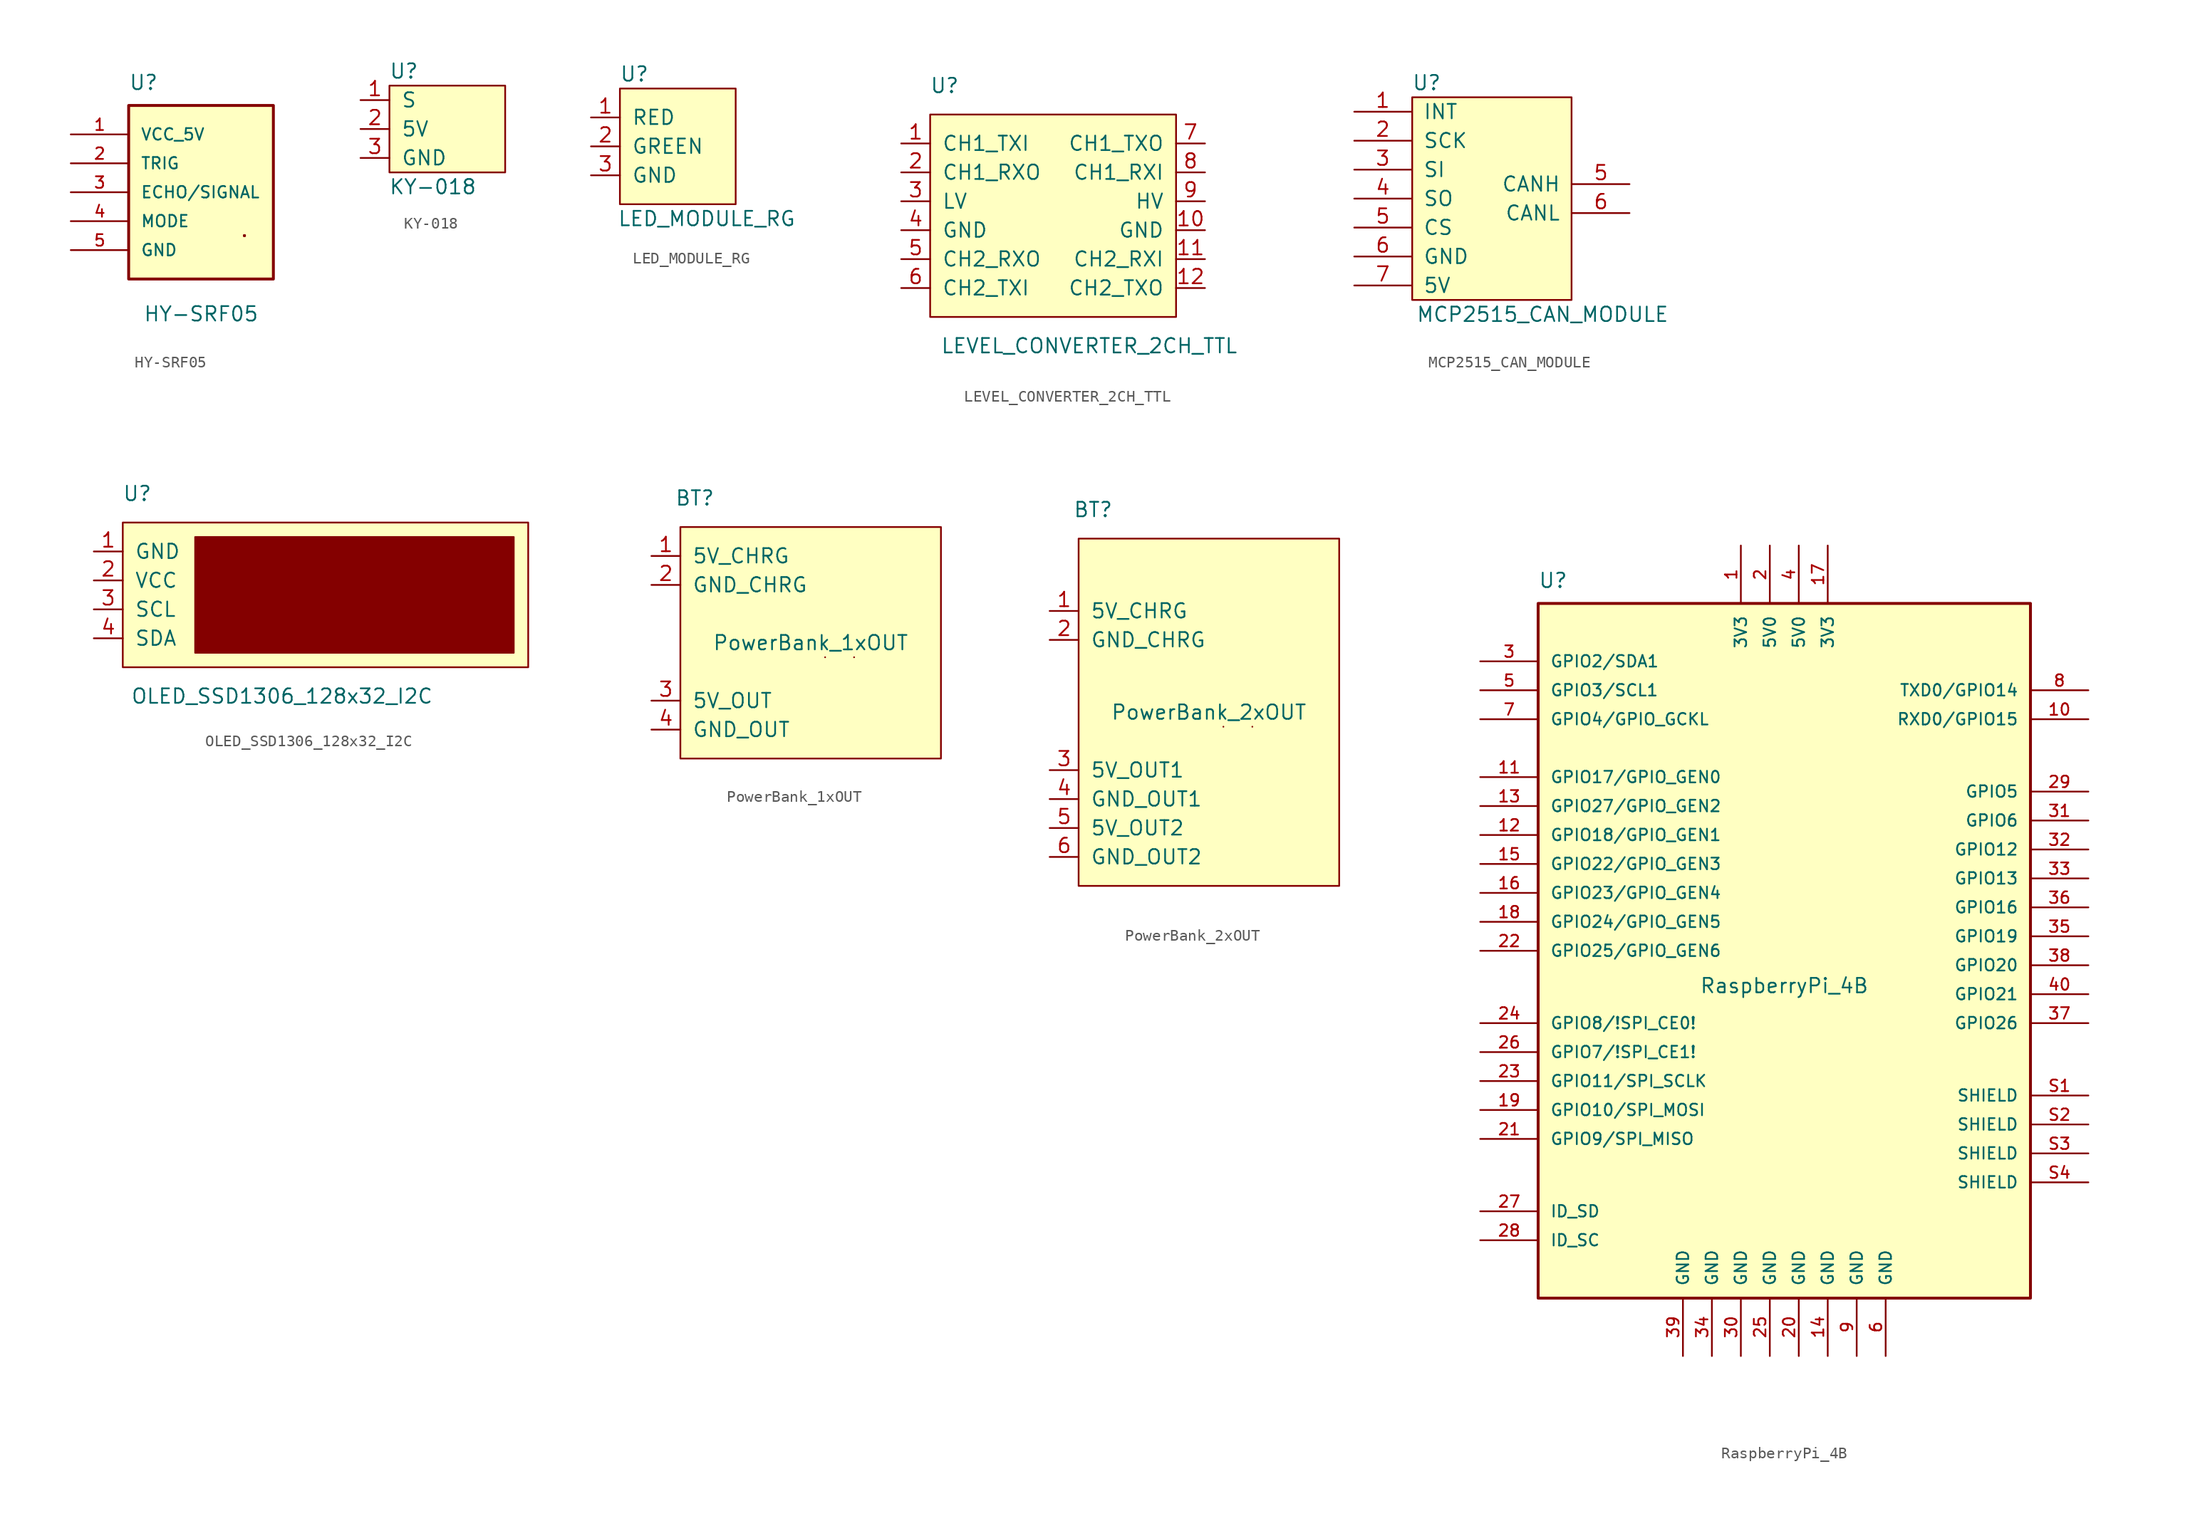
<source format=kicad_sym>
(kicad_symbol_lib
  (version 20211014)
  (generator kicad_symbol_editor)
  (symbol "HY-SRF05"
    (pin_names
      (offset 1.016))
    (property "Reference" "U"
      (at -6.35 8.89 0)
      (effects (font (size 1.27 1.27)) (justify left bottom)))
    (property "Value" "HY-SRF05"
      (at -5.08 -11.43 0)
      (effects (font (size 1.27 1.27)) (justify left bottom)))
    (symbol "HY-SRF05_0_0"
      (rectangle (start -6.35 7.62) (end 6.35 -7.62) (stroke (width 0.254) (type default) (color 0 0 0 0)) (fill (type background)))
      (rectangle (start 3.81 -3.81) (end 3.81 -3.81) (stroke (width 0.254) (type default) (color 0 0 0 0)) (fill (type none)))
      (rectangle (start 3.81 -3.81) (end 3.81 -3.81) (stroke (width 0.254) (type default) (color 0 0 0 0)) (fill (type none)))
      (rectangle (start 3.81 -3.81) (end 3.81 -3.81) (stroke (width 0.254) (type default) (color 0 0 0 0)) (fill (type none)))
      (pin power_in line (at -11.43 5.08 0) (length 5.08) (name "VCC_5V" (effects (font (size 1.016 1.016)))) (number "1" (effects (font (size 1.016 1.016)))))
      (pin input line (at -11.43 2.54 0) (length 5.08) (name "TRIG" (effects (font (size 1.016 1.016)))) (number "2" (effects (font (size 1.016 1.016)))))
      (pin output line (at -11.43 0 0) (length 5.08) (name "ECHO/SIGNAL" (effects (font (size 1.016 1.016)))) (number "3" (effects (font (size 1.016 1.016)))))
      (pin input line (at -11.43 -2.54 0) (length 5.08) (name "MODE" (effects (font (size 1.016 1.016)))) (number "4" (effects (font (size 1.016 1.016))))))
    (symbol "HY-SRF05_1_1"
      (pin power_in line (at -11.43 -5.08 0) (length 5.08) (name "GND" (effects (font (size 1.016 1.016)))) (number "5" (effects (font (size 1.016 1.016)))))))
  (symbol "KY-018"
    (pin_names
      (offset 1.016))
    (property "Reference" "U"
      (at -3.81 5.08 0)
      (effects (font (size 1.27 1.27))))
    (property "Value" "KY-018"
      (at -1.27 -5.08 0)
      (effects (font (size 1.27 1.27))))
    (symbol "KY-018_0_1"
      (rectangle (start -5.08 3.81) (end 5.08 -3.81) (stroke (width 0) (type default) (color 0 0 0 0)) (fill (type background))))
    (symbol "KY-018_1_1"
      (pin output line (at -7.62 2.54 0) (length 2.54) (name "S" (effects (font (size 1.27 1.27)))) (number "1" (effects (font (size 1.27 1.27)))))
      (pin power_in line (at -7.62 0 0) (length 2.54) (name "5V" (effects (font (size 1.27 1.27)))) (number "2" (effects (font (size 1.27 1.27)))))
      (pin passive line (at -7.62 -2.54 0) (length 2.54) (name "GND" (effects (font (size 1.27 1.27)))) (number "3" (effects (font (size 1.27 1.27)))))))
  (symbol "LED_MODULE_RG"
    (pin_names
      (offset 1.016))
    (property "Reference" "U"
      (at -3.81 6.35 0)
      (effects (font (size 1.27 1.27))))
    (property "Value" "LED_MODULE_RG"
      (at 2.54 -6.35 0)
      (effects (font (size 1.27 1.27))))
    (symbol "LED_MODULE_RG_0_1"
      (rectangle (start -5.08 5.08) (end 5.08 -5.08) (stroke (width 0) (type default) (color 0 0 0 0)) (fill (type background))))
    (symbol "LED_MODULE_RG_1_1"
      (pin input line (at -7.62 2.54 0) (length 2.54) (name "RED" (effects (font (size 1.27 1.27)))) (number "1" (effects (font (size 1.27 1.27)))))
      (pin input line (at -7.62 0 0) (length 2.54) (name "GREEN" (effects (font (size 1.27 1.27)))) (number "2" (effects (font (size 1.27 1.27)))))
      (pin passive line (at -7.62 -2.54 0) (length 2.54) (name "GND" (effects (font (size 1.27 1.27)))) (number "3" (effects (font (size 1.27 1.27)))))))
  (symbol "LEVEL_CONVERTER_2CH_TTL"
    (pin_names
      (offset 1.016))
    (property "Reference" "U"
      (at -8.89 8.89 0)
      (effects (font (size 1.27 1.27))))
    (property "Value" "LEVEL_CONVERTER_2CH_TTL"
      (at 3.81 -13.97 0)
      (effects (font (size 1.27 1.27))))
    (symbol "LEVEL_CONVERTER_2CH_TTL_0_1"
      (rectangle (start -10.16 6.35) (end 11.43 -11.43) (stroke (width 0) (type default) (color 0 0 0 0)) (fill (type background))))
    (symbol "LEVEL_CONVERTER_2CH_TTL_1_1"
      (pin input line (at -12.7 3.81 0) (length 2.54) (name "CH1_TXI" (effects (font (size 1.27 1.27)))) (number "1" (effects (font (size 1.27 1.27)))))
      (pin passive line (at 13.97 -3.81 180) (length 2.54) (name "GND" (effects (font (size 1.27 1.27)))) (number "10" (effects (font (size 1.27 1.27)))))
      (pin input line (at 13.97 -6.35 180) (length 2.54) (name "CH2_RXI" (effects (font (size 1.27 1.27)))) (number "11" (effects (font (size 1.27 1.27)))))
      (pin output line (at 13.97 -8.89 180) (length 2.54) (name "CH2_TXO" (effects (font (size 1.27 1.27)))) (number "12" (effects (font (size 1.27 1.27)))))
      (pin output line (at -12.7 1.27 0) (length 2.54) (name "CH1_RXO" (effects (font (size 1.27 1.27)))) (number "2" (effects (font (size 1.27 1.27)))))
      (pin power_in line (at -12.7 -1.27 0) (length 2.54) (name "LV" (effects (font (size 1.27 1.27)))) (number "3" (effects (font (size 1.27 1.27)))))
      (pin passive line (at -12.7 -3.81 0) (length 2.54) (name "GND" (effects (font (size 1.27 1.27)))) (number "4" (effects (font (size 1.27 1.27)))))
      (pin output line (at -12.7 -6.35 0) (length 2.54) (name "CH2_RXO" (effects (font (size 1.27 1.27)))) (number "5" (effects (font (size 1.27 1.27)))))
      (pin input line (at -12.7 -8.89 0) (length 2.54) (name "CH2_TXI" (effects (font (size 1.27 1.27)))) (number "6" (effects (font (size 1.27 1.27)))))
      (pin output line (at 13.97 3.81 180) (length 2.54) (name "CH1_TXO" (effects (font (size 1.27 1.27)))) (number "7" (effects (font (size 1.27 1.27)))))
      (pin input line (at 13.97 1.27 180) (length 2.54) (name "CH1_RXI" (effects (font (size 1.27 1.27)))) (number "8" (effects (font (size 1.27 1.27)))))
      (pin power_in line (at 13.97 -1.27 180) (length 2.54) (name "HV" (effects (font (size 1.27 1.27)))) (number "9" (effects (font (size 1.27 1.27)))))))
  (symbol "MCP2515_CAN_MODULE"
    (pin_names
      (offset 1.016))
    (property "Reference" "U"
      (at -5.08 10.16 0)
      (effects (font (size 1.27 1.27))))
    (property "Value" "MCP2515_CAN_MODULE"
      (at 5.08 -10.16 0)
      (effects (font (size 1.27 1.27))))
    (symbol "MCP2515_CAN_MODULE_0_1"
      (rectangle (start -6.35 8.89) (end 7.62 -8.89) (stroke (width 0) (type default) (color 0 0 0 0)) (fill (type background))))
    (symbol "MCP2515_CAN_MODULE_1_1"
      (pin output line (at -11.43 7.62 0) (length 5.004) (name "INT" (effects (font (size 1.27 1.27)))) (number "1" (effects (font (size 1.27 1.27)))))
      (pin input line (at -11.43 5.08 0) (length 5.004) (name "SCK" (effects (font (size 1.27 1.27)))) (number "2" (effects (font (size 1.27 1.27)))))
      (pin input line (at -11.43 2.54 0) (length 5.004) (name "SI" (effects (font (size 1.27 1.27)))) (number "3" (effects (font (size 1.27 1.27)))))
      (pin output line (at -11.43 0 0) (length 5.004) (name "SO" (effects (font (size 1.27 1.27)))) (number "4" (effects (font (size 1.27 1.27)))))
      (pin bidirectional line (at 12.7 1.27 180) (length 5.004) (name "CANH" (effects (font (size 1.27 1.27)))) (number "5" (effects (font (size 1.27 1.27)))))
      (pin bidirectional line (at -11.43 -2.54 0) (length 5.004) (name "CS" (effects (font (size 1.27 1.27)))) (number "5" (effects (font (size 1.27 1.27)))))
      (pin bidirectional line (at 12.7 -1.27 180) (length 5.004) (name "CANL" (effects (font (size 1.27 1.27)))) (number "6" (effects (font (size 1.27 1.27)))))
      (pin input line (at -11.43 -5.08 0) (length 5.004) (name "GND" (effects (font (size 1.27 1.27)))) (number "6" (effects (font (size 1.27 1.27)))))
      (pin power_in line (at -11.43 -7.62 0) (length 5.004) (name "5V" (effects (font (size 1.27 1.27)))) (number "7" (effects (font (size 1.27 1.27)))))))
  (symbol "OLED_SSD1306_128x32_I2C"
    (pin_names
      (offset 1.016))
    (property "Reference" "U"
      (at -16.51 8.89 0)
      (effects (font (size 1.27 1.27))))
    (property "Value" "OLED_SSD1306_128x32_I2C"
      (at -3.81 -8.89 0)
      (effects (font (size 1.27 1.27))))
    (symbol "OLED_SSD1306_128x32_I2C_0_1"
      (rectangle (start -17.78 6.35) (end 17.78 -6.35) (stroke (width 0) (type default) (color 0 0 0 0)) (fill (type background)))
      (rectangle (start -11.43 5.08) (end 16.51 -5.08) (stroke (width 0) (type default) (color 0 0 0 0)) (fill (type outline))))
    (symbol "OLED_SSD1306_128x32_I2C_1_1"
      (pin passive line (at -20.32 3.81 0) (length 2.54) (name "GND" (effects (font (size 1.27 1.27)))) (number "1" (effects (font (size 1.27 1.27)))))
      (pin power_in line (at -20.32 1.27 0) (length 2.54) (name "VCC" (effects (font (size 1.27 1.27)))) (number "2" (effects (font (size 1.27 1.27)))))
      (pin bidirectional line (at -20.32 -1.27 0) (length 2.54) (name "SCL" (effects (font (size 1.27 1.27)))) (number "3" (effects (font (size 1.27 1.27)))))
      (pin bidirectional line (at -20.32 -3.81 0) (length 2.54) (name "SDA" (effects (font (size 1.27 1.27)))) (number "4" (effects (font (size 1.27 1.27)))))))
  (symbol "PowerBank_1xOUT"
    (pin_names
      (offset 1.016))
    (property "Reference" "BT"
      (at -10.16 12.7 0)
      (effects (font (size 1.27 1.27))))
    (property "Value" "PowerBank_1xOUT"
      (at 0 0 0)
      (effects (font (size 1.27 1.27))))
    (symbol "PowerBank_1xOUT_0_1"
      (rectangle (start -11.43 10.16) (end 11.43 -10.16) (stroke (width 0) (type default) (color 0 0 0 0)) (fill (type background)))
      (rectangle (start 1.27 -1.27) (end 1.27 -1.27) (stroke (width 0) (type default) (color 0 0 0 0)) (fill (type none)))
      (rectangle (start 3.81 -1.27) (end 3.81 -1.27) (stroke (width 0) (type default) (color 0 0 0 0)) (fill (type none))))
    (symbol "PowerBank_1xOUT_1_1"
      (pin power_in line (at -13.97 7.62 0) (length 2.54) (name "5V_CHRG" (effects (font (size 1.27 1.27)))) (number "1" (effects (font (size 1.27 1.27)))))
      (pin passive line (at -13.97 5.08 0) (length 2.54) (name "GND_CHRG" (effects (font (size 1.27 1.27)))) (number "2" (effects (font (size 1.27 1.27)))))
      (pin power_out line (at -13.97 -5.08 0) (length 2.54) (name "5V_OUT" (effects (font (size 1.27 1.27)))) (number "3" (effects (font (size 1.27 1.27)))))
      (pin passive line (at -13.97 -7.62 0) (length 2.54) (name "GND_OUT" (effects (font (size 1.27 1.27)))) (number "4" (effects (font (size 1.27 1.27)))))))
  (symbol "PowerBank_2xOUT"
    (pin_names
      (offset 1.016))
    (property "Reference" "BT"
      (at -10.16 17.78 0)
      (effects (font (size 1.27 1.27))))
    (property "Value" "PowerBank_2xOUT"
      (at 0 0 0)
      (effects (font (size 1.27 1.27))))
    (symbol "PowerBank_2xOUT_0_1"
      (rectangle (start -11.43 15.24) (end 11.43 -15.24) (stroke (width 0) (type default) (color 0 0 0 0)) (fill (type background)))
      (rectangle (start 1.27 -1.27) (end 1.27 -1.27) (stroke (width 0) (type default) (color 0 0 0 0)) (fill (type none)))
      (rectangle (start 3.81 -1.27) (end 3.81 -1.27) (stroke (width 0) (type default) (color 0 0 0 0)) (fill (type none))))
    (symbol "PowerBank_2xOUT_1_1"
      (pin power_in line (at -13.97 8.89 0) (length 2.54) (name "5V_CHRG" (effects (font (size 1.27 1.27)))) (number "1" (effects (font (size 1.27 1.27)))))
      (pin passive line (at -13.97 6.35 0) (length 2.54) (name "GND_CHRG" (effects (font (size 1.27 1.27)))) (number "2" (effects (font (size 1.27 1.27)))))
      (pin power_out line (at -13.97 -5.08 0) (length 2.54) (name "5V_OUT1" (effects (font (size 1.27 1.27)))) (number "3" (effects (font (size 1.27 1.27)))))
      (pin passive line (at -13.97 -7.62 0) (length 2.54) (name "GND_OUT1" (effects (font (size 1.27 1.27)))) (number "4" (effects (font (size 1.27 1.27)))))
      (pin power_out line (at -13.97 -10.16 0) (length 2.54) (name "5V_OUT2" (effects (font (size 1.27 1.27)))) (number "5" (effects (font (size 1.27 1.27)))))
      (pin passive line (at -13.97 -12.7 0) (length 2.54) (name "GND_OUT2" (effects (font (size 1.27 1.27)))) (number "6" (effects (font (size 1.27 1.27)))))))
  (symbol "RaspberryPi_4B"
    (pin_names
      (offset 1.016))
    (property "Reference" "U"
      (at -21.59 31.75 0)
      (effects (font (size 1.27 1.27)) (justify left bottom)))
    (property "Value" "RaspberryPi_4B"
      (at 0 -3.81 0)
      (effects (font (size 1.27 1.27)) (justify bottom)))
    (property "ki_locked" ""
      (at 0 0 0)
      (effects (font (size 1.27 1.27))))
    (symbol "RaspberryPi_4B_0_0"
      (rectangle (start -21.59 30.48) (end 21.59 -30.48) (stroke (width 0.254) (type default) (color 0 0 0 0)) (fill (type background)))
      (rectangle (start 21.59 -25.4) (end 21.59 -25.4) (stroke (width 0.254) (type default) (color 0 0 0 0)) (fill (type none)))
      (rectangle (start 21.59 -25.4) (end 21.59 -25.4) (stroke (width 0.254) (type default) (color 0 0 0 0)) (fill (type none)))
      (pin power_in line (at -3.81 35.56 270) (length 5.08) (name "3V3" (effects (font (size 1.016 1.016)))) (number "1" (effects (font (size 1.016 1.016)))))
      (pin bidirectional line (at 26.67 20.32 180) (length 5.08) (name "RXD0/GPIO15" (effects (font (size 1.016 1.016)))) (number "10" (effects (font (size 1.016 1.016)))))
      (pin bidirectional line (at -26.67 15.24 0) (length 5.08) (name "GPIO17/GPIO_GEN0" (effects (font (size 1.016 1.016)))) (number "11" (effects (font (size 1.016 1.016)))))
      (pin bidirectional line (at -26.67 10.16 0) (length 5.08) (name "GPIO18/GPIO_GEN1" (effects (font (size 1.016 1.016)))) (number "12" (effects (font (size 1.016 1.016)))))
      (pin bidirectional line (at -26.67 12.7 0) (length 5.08) (name "GPIO27/GPIO_GEN2" (effects (font (size 1.016 1.016)))) (number "13" (effects (font (size 1.016 1.016)))))
      (pin power_in line (at 3.81 -35.56 90) (length 5.08) (name "GND" (effects (font (size 1.016 1.016)))) (number "14" (effects (font (size 1.016 1.016)))))
      (pin bidirectional line (at -26.67 7.62 0) (length 5.08) (name "GPIO22/GPIO_GEN3" (effects (font (size 1.016 1.016)))) (number "15" (effects (font (size 1.016 1.016)))))
      (pin bidirectional line (at -26.67 5.08 0) (length 5.08) (name "GPIO23/GPIO_GEN4" (effects (font (size 1.016 1.016)))) (number "16" (effects (font (size 1.016 1.016)))))
      (pin power_in line (at 3.81 35.56 270) (length 5.08) (name "3V3" (effects (font (size 1.016 1.016)))) (number "17" (effects (font (size 1.016 1.016)))))
      (pin bidirectional line (at -26.67 2.54 0) (length 5.08) (name "GPIO24/GPIO_GEN5" (effects (font (size 1.016 1.016)))) (number "18" (effects (font (size 1.016 1.016)))))
      (pin bidirectional line (at -26.67 -13.97 0) (length 5.08) (name "GPIO10/SPI_MOSI" (effects (font (size 1.016 1.016)))) (number "19" (effects (font (size 1.016 1.016)))))
      (pin power_in line (at -1.27 35.56 270) (length 5.08) (name "5V0" (effects (font (size 1.016 1.016)))) (number "2" (effects (font (size 1.016 1.016)))))
      (pin power_in line (at 1.27 -35.56 90) (length 5.08) (name "GND" (effects (font (size 1.016 1.016)))) (number "20" (effects (font (size 1.016 1.016)))))
      (pin bidirectional line (at -26.67 -16.51 0) (length 5.08) (name "GPIO9/SPI_MISO" (effects (font (size 1.016 1.016)))) (number "21" (effects (font (size 1.016 1.016)))))
      (pin bidirectional line (at -26.67 0 0) (length 5.08) (name "GPIO25/GPIO_GEN6" (effects (font (size 1.016 1.016)))) (number "22" (effects (font (size 1.016 1.016)))))
      (pin bidirectional line (at -26.67 -11.43 0) (length 5.08) (name "GPIO11/SPI_SCLK" (effects (font (size 1.016 1.016)))) (number "23" (effects (font (size 1.016 1.016)))))
      (pin bidirectional line (at -26.67 -6.35 0) (length 5.08) (name "GPIO8/!SPI_CE0!" (effects (font (size 1.016 1.016)))) (number "24" (effects (font (size 1.016 1.016)))))
      (pin power_in line (at -1.27 -35.56 90) (length 5.08) (name "GND" (effects (font (size 1.016 1.016)))) (number "25" (effects (font (size 1.016 1.016)))))
      (pin bidirectional line (at -26.67 -8.89 0) (length 5.08) (name "GPIO7/!SPI_CE1!" (effects (font (size 1.016 1.016)))) (number "26" (effects (font (size 1.016 1.016)))))
      (pin bidirectional line (at -26.67 -22.86 0) (length 5.08) (name "ID_SD" (effects (font (size 1.016 1.016)))) (number "27" (effects (font (size 1.016 1.016)))))
      (pin bidirectional line (at -26.67 -25.4 0) (length 5.08) (name "ID_SC" (effects (font (size 1.016 1.016)))) (number "28" (effects (font (size 1.016 1.016)))))
      (pin bidirectional line (at 26.67 13.97 180) (length 5.08) (name "GPIO5" (effects (font (size 1.016 1.016)))) (number "29" (effects (font (size 1.016 1.016)))))
      (pin bidirectional line (at -26.67 25.4 0) (length 5.08) (name "GPIO2/SDA1" (effects (font (size 1.016 1.016)))) (number "3" (effects (font (size 1.016 1.016)))))
      (pin power_in line (at -3.81 -35.56 90) (length 5.08) (name "GND" (effects (font (size 1.016 1.016)))) (number "30" (effects (font (size 1.016 1.016)))))
      (pin bidirectional line (at 26.67 11.43 180) (length 5.08) (name "GPIO6" (effects (font (size 1.016 1.016)))) (number "31" (effects (font (size 1.016 1.016)))))
      (pin bidirectional line (at 26.67 8.89 180) (length 5.08) (name "GPIO12" (effects (font (size 1.016 1.016)))) (number "32" (effects (font (size 1.016 1.016)))))
      (pin bidirectional line (at 26.67 6.35 180) (length 5.08) (name "GPIO13" (effects (font (size 1.016 1.016)))) (number "33" (effects (font (size 1.016 1.016)))))
      (pin power_in line (at -6.35 -35.56 90) (length 5.08) (name "GND" (effects (font (size 1.016 1.016)))) (number "34" (effects (font (size 1.016 1.016)))))
      (pin bidirectional line (at 26.67 1.27 180) (length 5.08) (name "GPIO19" (effects (font (size 1.016 1.016)))) (number "35" (effects (font (size 1.016 1.016)))))
      (pin bidirectional line (at 26.67 3.81 180) (length 5.08) (name "GPIO16" (effects (font (size 1.016 1.016)))) (number "36" (effects (font (size 1.016 1.016)))))
      (pin bidirectional line (at 26.67 -6.35 180) (length 5.08) (name "GPIO26" (effects (font (size 1.016 1.016)))) (number "37" (effects (font (size 1.016 1.016)))))
      (pin bidirectional line (at 26.67 -1.27 180) (length 5.08) (name "GPIO20" (effects (font (size 1.016 1.016)))) (number "38" (effects (font (size 1.016 1.016)))))
      (pin power_in line (at -8.89 -35.56 90) (length 5.08) (name "GND" (effects (font (size 1.016 1.016)))) (number "39" (effects (font (size 1.016 1.016)))))
      (pin power_in line (at 1.27 35.56 270) (length 5.08) (name "5V0" (effects (font (size 1.016 1.016)))) (number "4" (effects (font (size 1.016 1.016)))))
      (pin bidirectional line (at 26.67 -3.81 180) (length 5.08) (name "GPIO21" (effects (font (size 1.016 1.016)))) (number "40" (effects (font (size 1.016 1.016)))))
      (pin bidirectional line (at -26.67 22.86 0) (length 5.08) (name "GPIO3/SCL1" (effects (font (size 1.016 1.016)))) (number "5" (effects (font (size 1.016 1.016)))))
      (pin power_in line (at 8.89 -35.56 90) (length 5.08) (name "GND" (effects (font (size 1.016 1.016)))) (number "6" (effects (font (size 1.016 1.016)))))
      (pin bidirectional line (at -26.67 20.32 0) (length 5.08) (name "GPIO4/GPIO_GCKL" (effects (font (size 1.016 1.016)))) (number "7" (effects (font (size 1.016 1.016)))))
      (pin bidirectional line (at 26.67 22.86 180) (length 5.08) (name "TXD0/GPIO14" (effects (font (size 1.016 1.016)))) (number "8" (effects (font (size 1.016 1.016)))))
      (pin power_in line (at 6.35 -35.56 90) (length 5.08) (name "GND" (effects (font (size 1.016 1.016)))) (number "9" (effects (font (size 1.016 1.016)))))
      (pin power_in line (at 26.67 -12.7 180) (length 5.08) (name "SHIELD" (effects (font (size 1.016 1.016)))) (number "S1" (effects (font (size 1.016 1.016)))))
      (pin power_in line (at 26.67 -15.24 180) (length 5.08) (name "SHIELD" (effects (font (size 1.016 1.016)))) (number "S2" (effects (font (size 1.016 1.016)))))
      (pin power_in line (at 26.67 -17.78 180) (length 5.08) (name "SHIELD" (effects (font (size 1.016 1.016)))) (number "S3" (effects (font (size 1.016 1.016)))))
      (pin power_in line (at 26.67 -20.32 180) (length 5.08) (name "SHIELD" (effects (font (size 1.016 1.016)))) (number "S4" (effects (font (size 1.016 1.016))))))))
</source>
